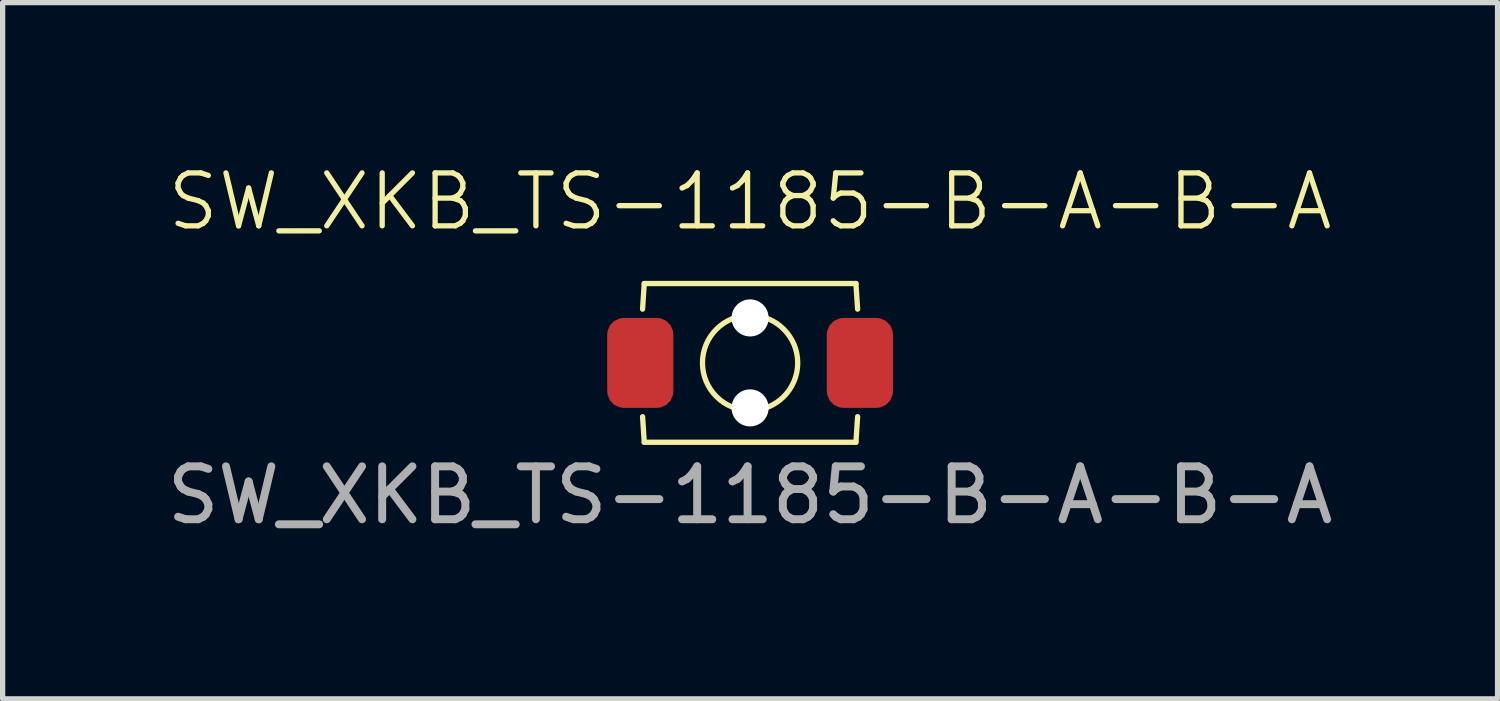
<source format=kicad_pcb>
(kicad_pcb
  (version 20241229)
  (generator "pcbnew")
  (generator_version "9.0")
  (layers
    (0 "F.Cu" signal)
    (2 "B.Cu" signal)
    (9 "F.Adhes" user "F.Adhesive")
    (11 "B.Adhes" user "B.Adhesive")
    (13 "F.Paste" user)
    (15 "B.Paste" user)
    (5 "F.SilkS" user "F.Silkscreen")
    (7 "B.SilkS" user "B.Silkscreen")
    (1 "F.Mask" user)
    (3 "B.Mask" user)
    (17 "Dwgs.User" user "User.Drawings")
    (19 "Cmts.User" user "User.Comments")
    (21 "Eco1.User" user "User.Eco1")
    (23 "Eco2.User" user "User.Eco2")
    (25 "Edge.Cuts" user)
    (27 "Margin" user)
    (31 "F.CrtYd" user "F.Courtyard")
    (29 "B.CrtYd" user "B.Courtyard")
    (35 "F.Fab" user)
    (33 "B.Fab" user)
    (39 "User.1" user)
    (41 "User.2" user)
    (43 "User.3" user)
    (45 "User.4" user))
  (footprint "SW_XKB_TS-1185-B-A-B-A"
    (layer "F.Cu")
    (at 11.125 3.808)
    (property "Reference" "SW_XKB_TS-1185-B-A-B-A" (at 0 -3.048 0) (unlocked yes) (layer "F.SilkS") (effects (font (size 1 1) (thickness 0.1))))
    (attr smd)
    (fp_line (start -2 -1.5) (end -2.032 -1.016) (stroke (width 0.1) (type default)) (layer "F.SilkS"))
    (fp_line (start -2 -1.5) (end 2 -1.5) (stroke (width 0.1) (type default)) (layer "F.SilkS"))
    (fp_line (start -2 1.5) (end -2.032 1.016) (stroke (width 0.1) (type default)) (layer "F.SilkS"))
    (fp_line (start -2 1.5) (end 2 1.5) (stroke (width 0.1) (type default)) (layer "F.SilkS"))
    (fp_line (start 2 -1.5) (end 2.032 -1.016) (stroke (width 0.1) (type default)) (layer "F.SilkS"))
    (fp_line (start 2 1.5) (end 2.032 1.016) (stroke (width 0.1) (type default)) (layer "F.SilkS"))
    (fp_circle (center 0 0) (end 0.9 0) (stroke (width 0.1) (type default)) (fill no) (layer "F.SilkS"))
    (fp_text user "${REFERENCE}" (at 0 2.5 0) (unlocked yes) (layer "F.Fab") (effects (font (size 1 1) (thickness 0.15))))
    (pad "" np_thru_hole circle (at 0 -0.85) (size 0.7 0.7) (drill 0.7) (layers "*.Cu" "*.Mask"))
    (pad "" np_thru_hole circle (at 0 0.85) (size 0.7 0.7) (drill 0.7) (layers "*.Cu" "*.Mask"))
    (pad "1" smd roundrect (at -2.075 0) (size 1.25 1.7) (layers "F.Cu" "F.Mask" "F.Paste") (roundrect_rratio 0.25))
    (pad "2" smd roundrect (at 2.075 0) (size 1.25 1.7) (layers "F.Cu" "F.Mask" "F.Paste") (roundrect_rratio 0.25)))
  (gr_rect
    (start -3 -3)
    (end 25.25 10.157)
    (stroke (width 0.1) (type default))
    (fill no)
    (layer "Edge.Cuts")))
</source>
